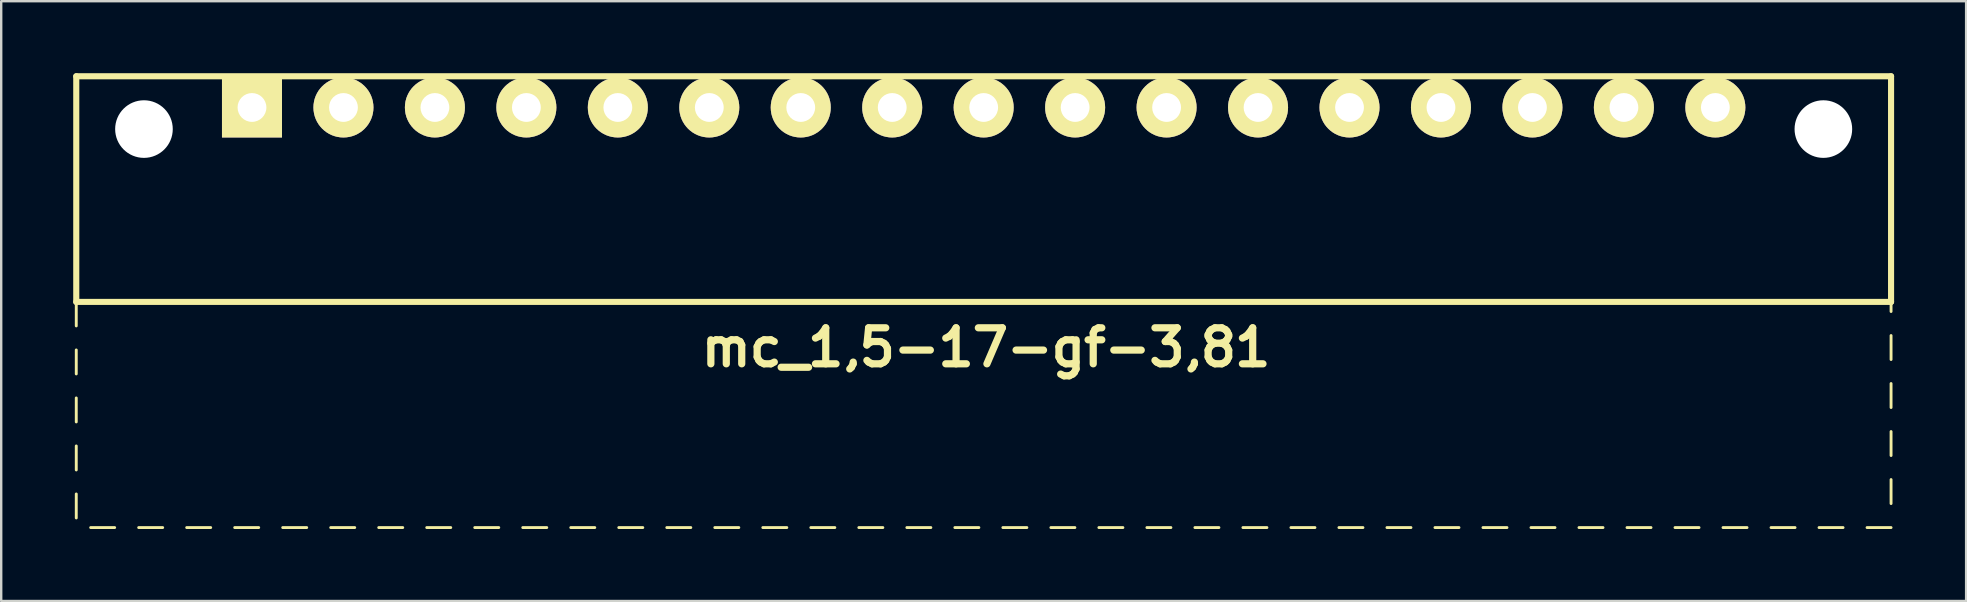
<source format=kicad_pcb>
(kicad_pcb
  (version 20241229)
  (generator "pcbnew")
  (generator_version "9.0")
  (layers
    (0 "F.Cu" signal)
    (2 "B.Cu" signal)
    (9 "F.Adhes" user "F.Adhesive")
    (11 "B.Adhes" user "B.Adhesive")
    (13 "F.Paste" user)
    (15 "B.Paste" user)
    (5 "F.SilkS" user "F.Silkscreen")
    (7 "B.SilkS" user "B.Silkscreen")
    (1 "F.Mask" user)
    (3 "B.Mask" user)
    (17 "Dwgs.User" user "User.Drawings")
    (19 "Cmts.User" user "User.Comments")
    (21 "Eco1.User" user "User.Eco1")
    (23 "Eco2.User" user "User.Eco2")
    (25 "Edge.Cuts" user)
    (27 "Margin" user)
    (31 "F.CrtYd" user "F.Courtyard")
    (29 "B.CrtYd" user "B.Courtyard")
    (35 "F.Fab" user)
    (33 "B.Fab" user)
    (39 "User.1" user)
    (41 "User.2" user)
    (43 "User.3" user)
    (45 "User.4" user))
  (footprint "mc_1,5-17-gf-3,81"
    (layer "F.Cu")
    (at 37.927 1.427)
    (property "Reference" "mc_1,5-17-gf-3,81" (at 0.1 10 0) (layer "F.SilkS") (effects (font (size 1.5 1.5) (thickness 0.3))))
    (attr through_hole)
    (fp_line (start -37.8 -1.3) (end -37.8 8.1) (stroke (width 0.254) (type solid)) (layer "F.SilkS"))
    (fp_line (start -37.8 -1.3) (end 37.8 -1.3) (stroke (width 0.254) (type solid)) (layer "F.SilkS"))
    (fp_line (start -37.8 8.1) (end -37.8 9.1) (stroke (width 0.12) (type solid)) (layer "F.SilkS"))
    (fp_line (start -37.8 8.1) (end 37.8 8.1) (stroke (width 0.254) (type solid)) (layer "F.SilkS"))
    (fp_line (start -37.8 10.1) (end -37.8 11.1) (stroke (width 0.12) (type solid)) (layer "F.SilkS"))
    (fp_line (start -37.8 12.1) (end -37.8 13.1) (stroke (width 0.12) (type solid)) (layer "F.SilkS"))
    (fp_line (start -37.8 14.1) (end -37.8 15.1) (stroke (width 0.12) (type solid)) (layer "F.SilkS"))
    (fp_line (start -37.8 16.1) (end -37.8 17.1) (stroke (width 0.12) (type solid)) (layer "F.SilkS"))
    (fp_line (start -37.2 17.5) (end -36.2 17.5) (stroke (width 0.12) (type solid)) (layer "F.SilkS"))
    (fp_line (start -35.2 17.5) (end -34.2 17.5) (stroke (width 0.12) (type solid)) (layer "F.SilkS"))
    (fp_line (start -33.2 17.5) (end -32.2 17.5) (stroke (width 0.12) (type solid)) (layer "F.SilkS"))
    (fp_line (start -31.2 17.5) (end -30.2 17.5) (stroke (width 0.12) (type solid)) (layer "F.SilkS"))
    (fp_line (start -29.2 17.5) (end -28.2 17.5) (stroke (width 0.12) (type solid)) (layer "F.SilkS"))
    (fp_line (start -27.2 17.5) (end -26.2 17.5) (stroke (width 0.12) (type solid)) (layer "F.SilkS"))
    (fp_line (start -25.2 17.5) (end -24.2 17.5) (stroke (width 0.12) (type solid)) (layer "F.SilkS"))
    (fp_line (start -23.2 17.5) (end -22.2 17.5) (stroke (width 0.12) (type solid)) (layer "F.SilkS"))
    (fp_line (start -21.2 17.5) (end -20.2 17.5) (stroke (width 0.12) (type solid)) (layer "F.SilkS"))
    (fp_line (start -19.2 17.5) (end -18.2 17.5) (stroke (width 0.12) (type solid)) (layer "F.SilkS"))
    (fp_line (start -17.2 17.5) (end -16.2 17.5) (stroke (width 0.12) (type solid)) (layer "F.SilkS"))
    (fp_line (start -15.2 17.5) (end -14.2 17.5) (stroke (width 0.12) (type solid)) (layer "F.SilkS"))
    (fp_line (start -13.2 17.5) (end -12.2 17.5) (stroke (width 0.12) (type solid)) (layer "F.SilkS"))
    (fp_line (start -11.2 17.5) (end -10.2 17.5) (stroke (width 0.12) (type solid)) (layer "F.SilkS"))
    (fp_line (start -9.2 17.5) (end -8.2 17.5) (stroke (width 0.12) (type solid)) (layer "F.SilkS"))
    (fp_line (start -7.2 17.5) (end -6.2 17.5) (stroke (width 0.12) (type solid)) (layer "F.SilkS"))
    (fp_line (start -5.2 17.5) (end -4.2 17.5) (stroke (width 0.12) (type solid)) (layer "F.SilkS"))
    (fp_line (start -3.2 17.5) (end -2.2 17.5) (stroke (width 0.12) (type solid)) (layer "F.SilkS"))
    (fp_line (start -1.2 17.5) (end -0.2 17.5) (stroke (width 0.12) (type solid)) (layer "F.SilkS"))
    (fp_line (start 0.8 17.5) (end 1.8 17.5) (stroke (width 0.12) (type solid)) (layer "F.SilkS"))
    (fp_line (start 2.8 17.5) (end 3.8 17.5) (stroke (width 0.12) (type solid)) (layer "F.SilkS"))
    (fp_line (start 4.8 17.5) (end 5.8 17.5) (stroke (width 0.12) (type solid)) (layer "F.SilkS"))
    (fp_line (start 6.8 17.5) (end 7.8 17.5) (stroke (width 0.12) (type solid)) (layer "F.SilkS"))
    (fp_line (start 8.8 17.5) (end 9.8 17.5) (stroke (width 0.12) (type solid)) (layer "F.SilkS"))
    (fp_line (start 10.8 17.5) (end 11.8 17.5) (stroke (width 0.12) (type solid)) (layer "F.SilkS"))
    (fp_line (start 12.8 17.5) (end 13.8 17.5) (stroke (width 0.12) (type solid)) (layer "F.SilkS"))
    (fp_line (start 14.8 17.5) (end 15.8 17.5) (stroke (width 0.12) (type solid)) (layer "F.SilkS"))
    (fp_line (start 16.8 17.5) (end 17.8 17.5) (stroke (width 0.12) (type solid)) (layer "F.SilkS"))
    (fp_line (start 18.8 17.5) (end 19.8 17.5) (stroke (width 0.12) (type solid)) (layer "F.SilkS"))
    (fp_line (start 20.8 17.5) (end 21.8 17.5) (stroke (width 0.12) (type solid)) (layer "F.SilkS"))
    (fp_line (start 22.8 17.5) (end 23.8 17.5) (stroke (width 0.12) (type solid)) (layer "F.SilkS"))
    (fp_line (start 24.8 17.5) (end 25.8 17.5) (stroke (width 0.12) (type solid)) (layer "F.SilkS"))
    (fp_line (start 26.8 17.5) (end 27.8 17.5) (stroke (width 0.12) (type solid)) (layer "F.SilkS"))
    (fp_line (start 28.8 17.5) (end 29.8 17.5) (stroke (width 0.12) (type solid)) (layer "F.SilkS"))
    (fp_line (start 30.8 17.5) (end 31.8 17.5) (stroke (width 0.12) (type solid)) (layer "F.SilkS"))
    (fp_line (start 32.8 17.5) (end 33.8 17.5) (stroke (width 0.12) (type solid)) (layer "F.SilkS"))
    (fp_line (start 34.8 17.5) (end 35.8 17.5) (stroke (width 0.12) (type solid)) (layer "F.SilkS"))
    (fp_line (start 36.8 17.5) (end 37.8 17.5) (stroke (width 0.12) (type solid)) (layer "F.SilkS"))
    (fp_line (start 37.8 -1.3) (end 37.8 8.1) (stroke (width 0.254) (type solid)) (layer "F.SilkS"))
    (fp_line (start 37.8 8.1) (end 37.8 8.5) (stroke (width 0.12) (type solid)) (layer "F.SilkS"))
    (fp_line (start 37.8 9.5) (end 37.8 10.5) (stroke (width 0.12) (type solid)) (layer "F.SilkS"))
    (fp_line (start 37.8 11.5) (end 37.8 12.5) (stroke (width 0.12) (type solid)) (layer "F.SilkS"))
    (fp_line (start 37.8 13.5) (end 37.8 14.5) (stroke (width 0.12) (type solid)) (layer "F.SilkS"))
    (fp_line (start 37.8 15.5) (end 37.8 16.5) (stroke (width 0.12) (type solid)) (layer "F.SilkS"))
    (pad "" np_thru_hole circle (at -34.98 0.9) (size 2.4 2.4) (drill 2.4) (layers "*.Cu" "*.Mask"))
    (pad "" np_thru_hole circle (at 34.98 0.9) (size 2.4 2.4) (drill 2.4) (layers "*.Cu" "*.Mask"))
    (pad "1" thru_hole rect (at -30.48 0) (size 2.5 2.5) (drill 1.2) (layers "*.Cu" "*.Mask" "F.SilkS"))
    (pad "2" thru_hole circle (at -26.67 0) (size 2.5 2.5) (drill 1.2) (layers "*.Cu" "*.Mask" "F.SilkS"))
    (pad "3" thru_hole circle (at -22.86 0) (size 2.5 2.5) (drill 1.2) (layers "*.Cu" "*.Mask" "F.SilkS"))
    (pad "4" thru_hole circle (at -19.05 0) (size 2.5 2.5) (drill 1.2) (layers "*.Cu" "*.Mask" "F.SilkS"))
    (pad "5" thru_hole circle (at -15.24 0) (size 2.5 2.5) (drill 1.2) (layers "*.Cu" "*.Mask" "F.SilkS"))
    (pad "6" thru_hole circle (at -11.43 0) (size 2.5 2.5) (drill 1.2) (layers "*.Cu" "*.Mask" "F.SilkS"))
    (pad "7" thru_hole circle (at -7.62 0) (size 2.5 2.5) (drill 1.2) (layers "*.Cu" "*.Mask" "F.SilkS"))
    (pad "8" thru_hole circle (at -3.81 0) (size 2.5 2.5) (drill 1.2) (layers "*.Cu" "*.Mask" "F.SilkS"))
    (pad "9" thru_hole circle (at 0 0) (size 2.5 2.5) (drill 1.2) (layers "*.Cu" "*.Mask" "F.SilkS"))
    (pad "10" thru_hole circle (at 3.81 0) (size 2.5 2.5) (drill 1.2) (layers "*.Cu" "*.Mask" "F.SilkS"))
    (pad "11" thru_hole circle (at 7.62 0) (size 2.5 2.5) (drill 1.2) (layers "*.Cu" "*.Mask" "F.SilkS"))
    (pad "12" thru_hole circle (at 11.43 0) (size 2.5 2.5) (drill 1.2) (layers "*.Cu" "*.Mask" "F.SilkS"))
    (pad "13" thru_hole circle (at 15.24 0) (size 2.5 2.5) (drill 1.2) (layers "*.Cu" "*.Mask" "F.SilkS"))
    (pad "14" thru_hole circle (at 19.05 0) (size 2.5 2.5) (drill 1.2) (layers "*.Cu" "*.Mask" "F.SilkS"))
    (pad "15" thru_hole circle (at 22.86 0) (size 2.5 2.5) (drill 1.2) (layers "*.Cu" "*.Mask" "F.SilkS"))
    (pad "16" thru_hole circle (at 26.67 0) (size 2.5 2.5) (drill 1.2) (layers "*.Cu" "*.Mask" "F.SilkS"))
    (pad "17" thru_hole circle (at 30.48 0) (size 2.5 2.5) (drill 1.2) (layers "*.Cu" "*.Mask" "F.SilkS")))
  (gr_rect
    (start -3 -3)
    (end 78.854 21.987)
    (stroke (width 0.1) (type default))
    (fill no)
    (layer "Edge.Cuts")))
</source>
